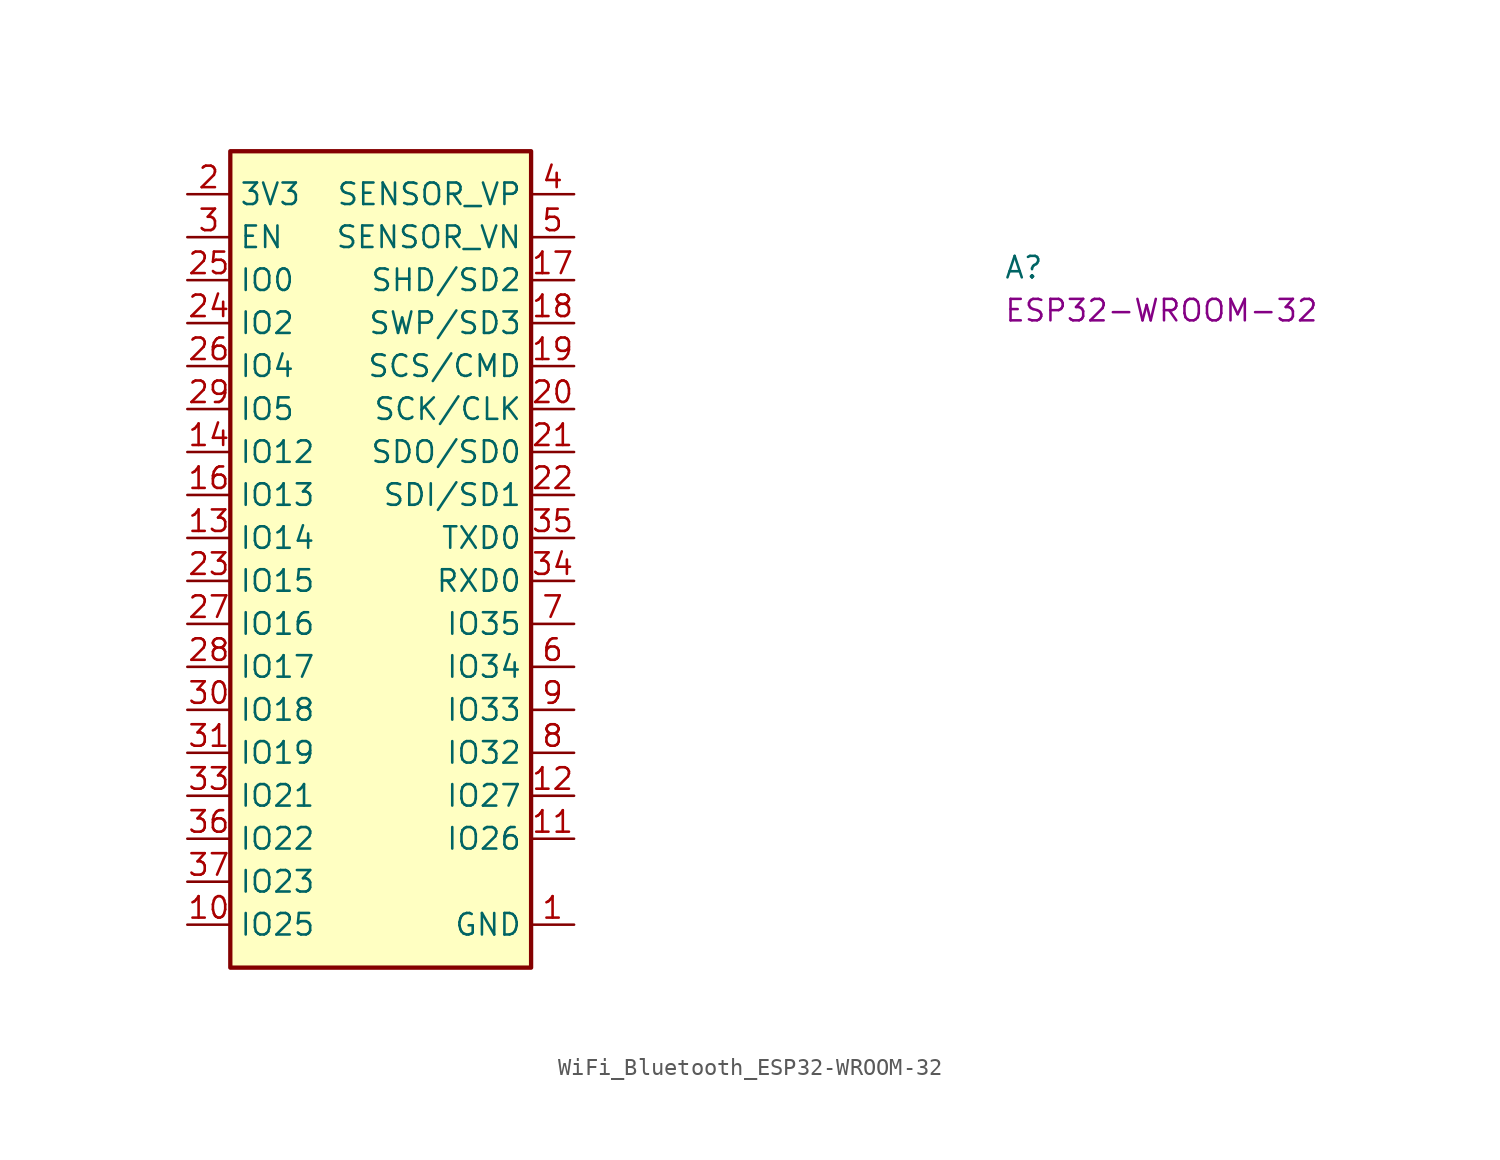
<source format=kicad_sym>
(kicad_symbol_lib
  (version 20220914)
  (generator kicad_symbol_editor)
  (symbol "WiFi_Bluetooth_ESP32-WROOM-32"
    (property "Reference" "A"
      (at 48.26 -5.08 0)
      (effects (font (size 1.27 1.27) (thickness 0.15)) (justify left bottom)))
    (property "MPN" "ESP32-WROOM-32"
      (at 48.26 -7.62 0)
      (effects (font (size 1.27 1.27) (thickness 0.15)) (justify left bottom)))
    (symbol "WiFi_Bluetooth_ESP32-WROOM-32_1_1"
      (rectangle (start 2.54 2.54) (end 20.32 -45.72) (stroke (width 0.254) (type default)) (fill (type background)))
      (pin power_in line (at 22.86 -43.18 180) (length 2.54) (name "GND" (effects (font (size 1.27 1.27)))) (number "1" (effects (font (size 1.27 1.27)))))
      (pin bidirectional line (at 0 -43.18 0) (length 2.54) (name "IO25" (effects (font (size 1.27 1.27)))) (number "10" (effects (font (size 1.27 1.27)))))
      (pin bidirectional line (at 22.86 -38.1 180) (length 2.54) (name "IO26" (effects (font (size 1.27 1.27)))) (number "11" (effects (font (size 1.27 1.27)))))
      (pin bidirectional line (at 22.86 -35.56 180) (length 2.54) (name "IO27" (effects (font (size 1.27 1.27)))) (number "12" (effects (font (size 1.27 1.27)))))
      (pin bidirectional line (at 0 -20.32 0) (length 2.54) (name "IO14" (effects (font (size 1.27 1.27)))) (number "13" (effects (font (size 1.27 1.27)))))
      (pin bidirectional line (at 0 -15.24 0) (length 2.54) (name "IO12" (effects (font (size 1.27 1.27)))) (number "14" (effects (font (size 1.27 1.27)))))
      (pin passive line (at 22.86 -43.18 180) (length 2.54) hide (name "GND" (effects (font (size 1.27 1.27)))) (number "15" (effects (font (size 1.27 1.27)))))
      (pin bidirectional line (at 0 -17.78 0) (length 2.54) (name "IO13" (effects (font (size 1.27 1.27)))) (number "16" (effects (font (size 1.27 1.27)))))
      (pin bidirectional line (at 22.86 -5.08 180) (length 2.54) (name "SHD/SD2" (effects (font (size 1.27 1.27)))) (number "17" (effects (font (size 1.27 1.27)))))
      (pin bidirectional line (at 22.86 -7.62 180) (length 2.54) (name "SWP/SD3" (effects (font (size 1.27 1.27)))) (number "18" (effects (font (size 1.27 1.27)))))
      (pin bidirectional line (at 22.86 -10.16 180) (length 2.54) (name "SCS/CMD" (effects (font (size 1.27 1.27)))) (number "19" (effects (font (size 1.27 1.27)))))
      (pin power_in line (at 0 0 0) (length 2.54) (name "3V3" (effects (font (size 1.27 1.27)))) (number "2" (effects (font (size 1.27 1.27)))))
      (pin bidirectional line (at 22.86 -12.7 180) (length 2.54) (name "SCK/CLK" (effects (font (size 1.27 1.27)))) (number "20" (effects (font (size 1.27 1.27)))))
      (pin bidirectional line (at 22.86 -15.24 180) (length 2.54) (name "SDO/SD0" (effects (font (size 1.27 1.27)))) (number "21" (effects (font (size 1.27 1.27)))))
      (pin bidirectional line (at 22.86 -17.78 180) (length 2.54) (name "SDI/SD1" (effects (font (size 1.27 1.27)))) (number "22" (effects (font (size 1.27 1.27)))))
      (pin bidirectional line (at 0 -22.86 0) (length 2.54) (name "IO15" (effects (font (size 1.27 1.27)))) (number "23" (effects (font (size 1.27 1.27)))))
      (pin bidirectional line (at 0 -7.62 0) (length 2.54) (name "IO2" (effects (font (size 1.27 1.27)))) (number "24" (effects (font (size 1.27 1.27)))))
      (pin bidirectional line (at 0 -5.08 0) (length 2.54) (name "IO0" (effects (font (size 1.27 1.27)))) (number "25" (effects (font (size 1.27 1.27)))))
      (pin bidirectional line (at 0 -10.16 0) (length 2.54) (name "IO4" (effects (font (size 1.27 1.27)))) (number "26" (effects (font (size 1.27 1.27)))))
      (pin bidirectional line (at 0 -25.4 0) (length 2.54) (name "IO16" (effects (font (size 1.27 1.27)))) (number "27" (effects (font (size 1.27 1.27)))))
      (pin bidirectional line (at 0 -27.94 0) (length 2.54) (name "IO17" (effects (font (size 1.27 1.27)))) (number "28" (effects (font (size 1.27 1.27)))))
      (pin bidirectional line (at 0 -12.7 0) (length 2.54) (name "IO5" (effects (font (size 1.27 1.27)))) (number "29" (effects (font (size 1.27 1.27)))))
      (pin input line (at 0 -2.54 0) (length 2.54) (name "EN" (effects (font (size 1.27 1.27)))) (number "3" (effects (font (size 1.27 1.27)))))
      (pin bidirectional line (at 0 -30.48 0) (length 2.54) (name "IO18" (effects (font (size 1.27 1.27)))) (number "30" (effects (font (size 1.27 1.27)))))
      (pin bidirectional line (at 0 -33.02 0) (length 2.54) (name "IO19" (effects (font (size 1.27 1.27)))) (number "31" (effects (font (size 1.27 1.27)))))
      (pin no_connect line (at 20.32 -40.64 180) (length 2.54) hide (name "NC" (effects (font (size 1.27 1.27)))) (number "32" (effects (font (size 1.27 1.27)))))
      (pin bidirectional line (at 0 -35.56 0) (length 2.54) (name "IO21" (effects (font (size 1.27 1.27)))) (number "33" (effects (font (size 1.27 1.27)))))
      (pin bidirectional line (at 22.86 -22.86 180) (length 2.54) (name "RXD0" (effects (font (size 1.27 1.27)))) (number "34" (effects (font (size 1.27 1.27)))))
      (pin bidirectional line (at 22.86 -20.32 180) (length 2.54) (name "TXD0" (effects (font (size 1.27 1.27)))) (number "35" (effects (font (size 1.27 1.27)))))
      (pin bidirectional line (at 0 -38.1 0) (length 2.54) (name "IO22" (effects (font (size 1.27 1.27)))) (number "36" (effects (font (size 1.27 1.27)))))
      (pin bidirectional line (at 0 -40.64 0) (length 2.54) (name "IO23" (effects (font (size 1.27 1.27)))) (number "37" (effects (font (size 1.27 1.27)))))
      (pin passive line (at 22.86 -43.18 180) (length 2.54) hide (name "GND" (effects (font (size 1.27 1.27)))) (number "38" (effects (font (size 1.27 1.27)))))
      (pin passive line (at 22.86 -43.18 180) (length 2.54) hide (name "GND" (effects (font (size 1.27 1.27)))) (number "39" (effects (font (size 1.27 1.27)))))
      (pin input line (at 22.86 0 180) (length 2.54) (name "SENSOR_VP" (effects (font (size 1.27 1.27)))) (number "4" (effects (font (size 1.27 1.27)))))
      (pin input line (at 22.86 -2.54 180) (length 2.54) (name "SENSOR_VN" (effects (font (size 1.27 1.27)))) (number "5" (effects (font (size 1.27 1.27)))))
      (pin bidirectional line (at 22.86 -27.94 180) (length 2.54) (name "IO34" (effects (font (size 1.27 1.27)))) (number "6" (effects (font (size 1.27 1.27)))))
      (pin bidirectional line (at 22.86 -25.4 180) (length 2.54) (name "IO35" (effects (font (size 1.27 1.27)))) (number "7" (effects (font (size 1.27 1.27)))))
      (pin bidirectional line (at 22.86 -33.02 180) (length 2.54) (name "IO32" (effects (font (size 1.27 1.27)))) (number "8" (effects (font (size 1.27 1.27)))))
      (pin bidirectional line (at 22.86 -30.48 180) (length 2.54) (name "IO33" (effects (font (size 1.27 1.27)))) (number "9" (effects (font (size 1.27 1.27))))))))
</source>
